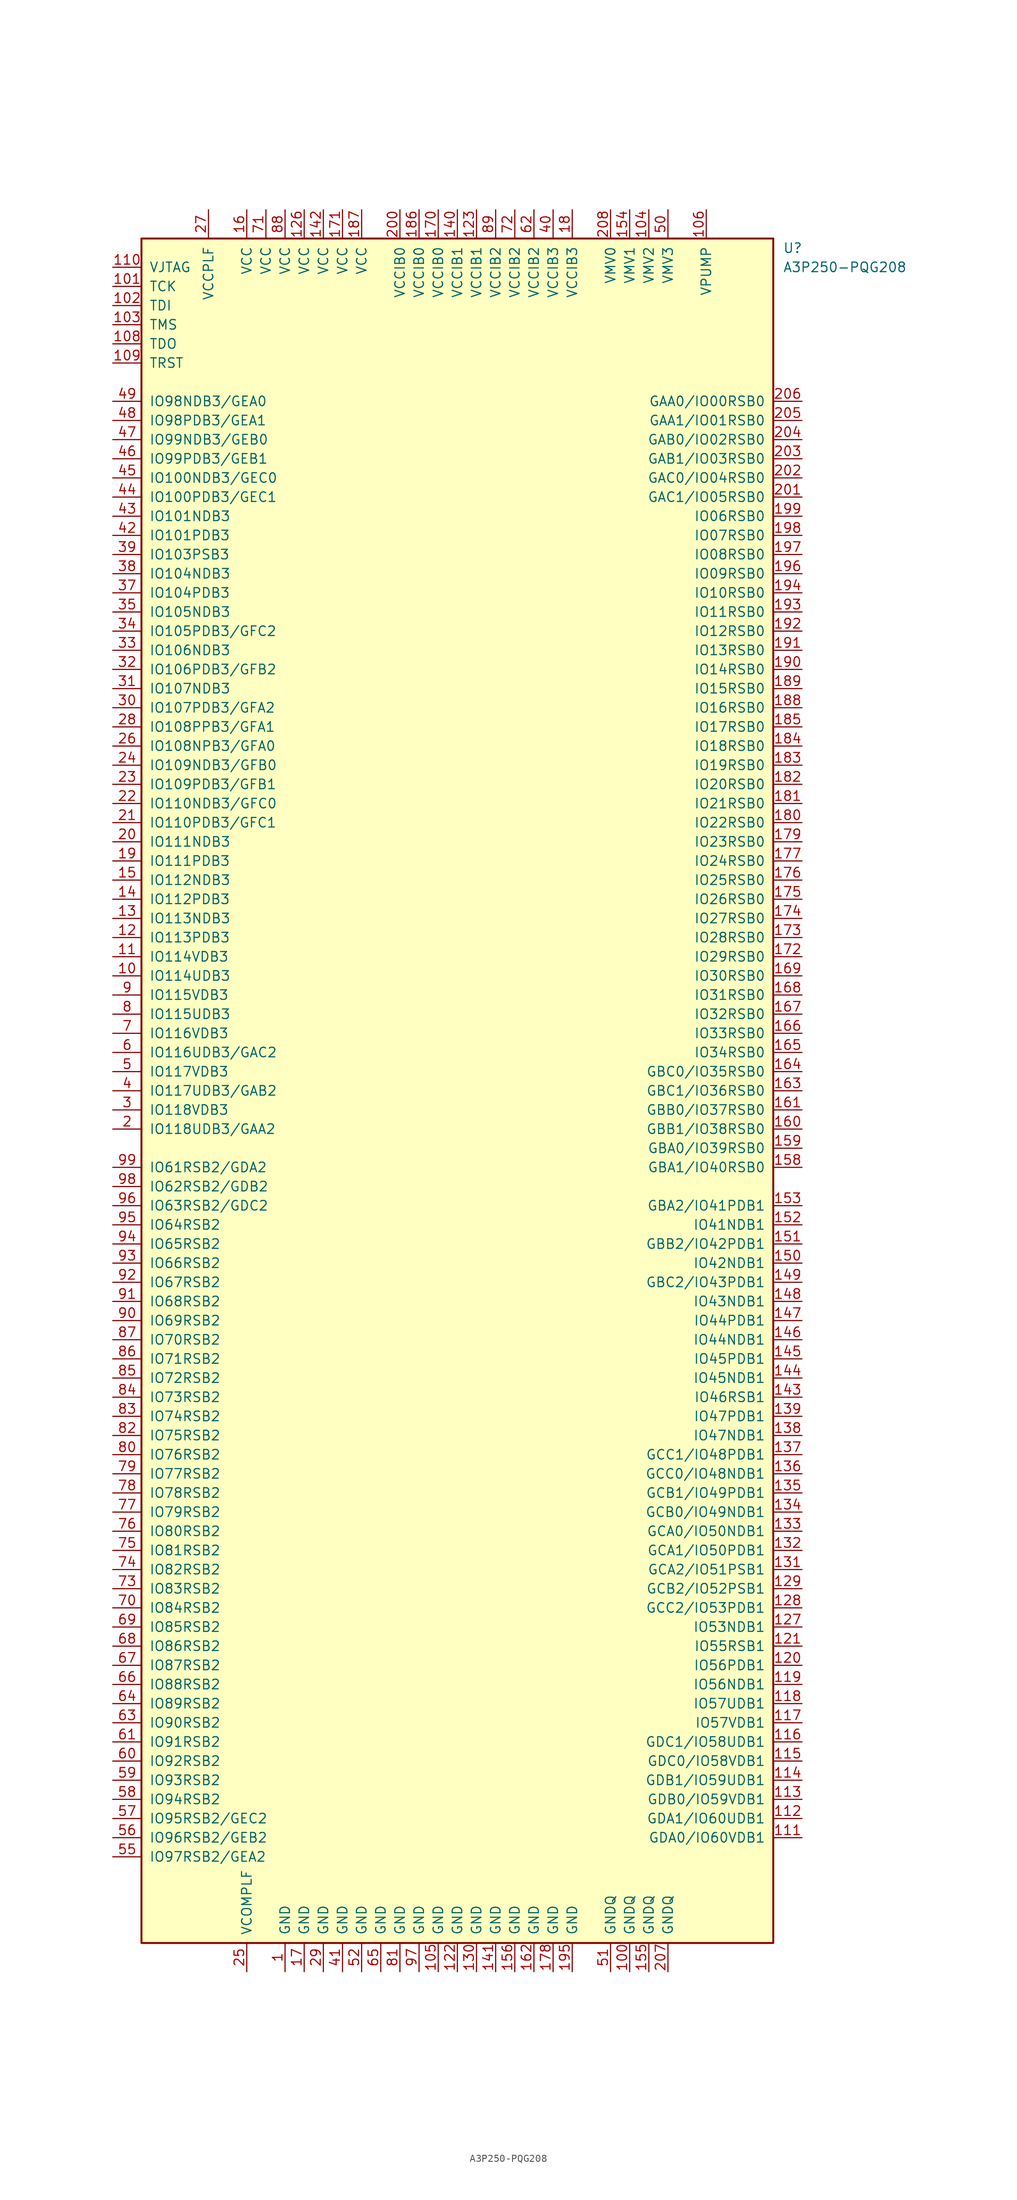
<source format=kicad_sym>
(kicad_symbol_lib
  (version 20241209)
  (generator "kicad_symbol_editor")
  (generator_version "9.0")
  (symbol "A3P250-PQG208"
    (pin_names
      (offset 1.016))
    (property "Reference" "U"
      (at 43.18 111.76 0)
      (effects (font (size 1.27 1.27)) (justify left)))
    (property "Value" "A3P250-PQG208"
      (at 43.18 109.22 0)
      (effects (font (size 1.27 1.27)) (justify left)))
    (symbol "A3P250-PQG208_1_0"
      (rectangle (start -41.91 -113.03) (end 41.91 113.03) (stroke (width 0.254) (type default)) (fill (type background))))
    (symbol "A3P250-PQG208_1_1"
      (pin power_in line (at -45.72 109.22 0) (length 3.81) (name "VJTAG" (effects (font (size 1.27 1.27)))) (number "110" (effects (font (size 1.27 1.27)))))
      (pin bidirectional line (at -45.72 106.68 0) (length 3.81) (name "TCK" (effects (font (size 1.27 1.27)))) (number "101" (effects (font (size 1.27 1.27)))))
      (pin bidirectional line (at -45.72 104.14 0) (length 3.81) (name "TDI" (effects (font (size 1.27 1.27)))) (number "102" (effects (font (size 1.27 1.27)))))
      (pin bidirectional line (at -45.72 101.6 0) (length 3.81) (name "TMS" (effects (font (size 1.27 1.27)))) (number "103" (effects (font (size 1.27 1.27)))))
      (pin bidirectional line (at -45.72 99.06 0) (length 3.81) (name "TDO" (effects (font (size 1.27 1.27)))) (number "108" (effects (font (size 1.27 1.27)))))
      (pin bidirectional line (at -45.72 96.52 0) (length 3.81) (name "TRST" (effects (font (size 1.27 1.27)))) (number "109" (effects (font (size 1.27 1.27)))))
      (pin bidirectional line (at -45.72 91.44 0) (length 3.81) (name "IO98NDB3/GEA0" (effects (font (size 1.27 1.27)))) (number "49" (effects (font (size 1.27 1.27)))))
      (pin bidirectional line (at -45.72 88.9 0) (length 3.81) (name "IO98PDB3/GEA1" (effects (font (size 1.27 1.27)))) (number "48" (effects (font (size 1.27 1.27)))))
      (pin bidirectional line (at -45.72 86.36 0) (length 3.81) (name "IO99NDB3/GEB0" (effects (font (size 1.27 1.27)))) (number "47" (effects (font (size 1.27 1.27)))))
      (pin bidirectional line (at -45.72 83.82 0) (length 3.81) (name "IO99PDB3/GEB1" (effects (font (size 1.27 1.27)))) (number "46" (effects (font (size 1.27 1.27)))))
      (pin bidirectional line (at -45.72 81.28 0) (length 3.81) (name "IO100NDB3/GEC0" (effects (font (size 1.27 1.27)))) (number "45" (effects (font (size 1.27 1.27)))))
      (pin bidirectional line (at -45.72 78.74 0) (length 3.81) (name "IO100PDB3/GEC1" (effects (font (size 1.27 1.27)))) (number "44" (effects (font (size 1.27 1.27)))))
      (pin bidirectional line (at -45.72 76.2 0) (length 3.81) (name "IO101NDB3" (effects (font (size 1.27 1.27)))) (number "43" (effects (font (size 1.27 1.27)))))
      (pin bidirectional line (at -45.72 73.66 0) (length 3.81) (name "IO101PDB3" (effects (font (size 1.27 1.27)))) (number "42" (effects (font (size 1.27 1.27)))))
      (pin bidirectional line (at -45.72 71.12 0) (length 3.81) (name "IO103PSB3" (effects (font (size 1.27 1.27)))) (number "39" (effects (font (size 1.27 1.27)))))
      (pin bidirectional line (at -45.72 68.58 0) (length 3.81) (name "IO104NDB3" (effects (font (size 1.27 1.27)))) (number "38" (effects (font (size 1.27 1.27)))))
      (pin bidirectional line (at -45.72 66.04 0) (length 3.81) (name "IO104PDB3" (effects (font (size 1.27 1.27)))) (number "37" (effects (font (size 1.27 1.27)))))
      (pin bidirectional line (at -45.72 63.5 0) (length 3.81) (name "IO105NDB3" (effects (font (size 1.27 1.27)))) (number "35" (effects (font (size 1.27 1.27)))))
      (pin bidirectional line (at -45.72 60.96 0) (length 3.81) (name "IO105PDB3/GFC2" (effects (font (size 1.27 1.27)))) (number "34" (effects (font (size 1.27 1.27)))))
      (pin bidirectional line (at -45.72 58.42 0) (length 3.81) (name "IO106NDB3" (effects (font (size 1.27 1.27)))) (number "33" (effects (font (size 1.27 1.27)))))
      (pin bidirectional line (at -45.72 55.88 0) (length 3.81) (name "IO106PDB3/GFB2" (effects (font (size 1.27 1.27)))) (number "32" (effects (font (size 1.27 1.27)))))
      (pin bidirectional line (at -45.72 53.34 0) (length 3.81) (name "IO107NDB3" (effects (font (size 1.27 1.27)))) (number "31" (effects (font (size 1.27 1.27)))))
      (pin bidirectional line (at -45.72 50.8 0) (length 3.81) (name "IO107PDB3/GFA2" (effects (font (size 1.27 1.27)))) (number "30" (effects (font (size 1.27 1.27)))))
      (pin bidirectional line (at -45.72 48.26 0) (length 3.81) (name "IO108PPB3/GFA1" (effects (font (size 1.27 1.27)))) (number "28" (effects (font (size 1.27 1.27)))))
      (pin bidirectional line (at -45.72 45.72 0) (length 3.81) (name "IO108NPB3/GFA0" (effects (font (size 1.27 1.27)))) (number "26" (effects (font (size 1.27 1.27)))))
      (pin bidirectional line (at -45.72 43.18 0) (length 3.81) (name "IO109NDB3/GFB0" (effects (font (size 1.27 1.27)))) (number "24" (effects (font (size 1.27 1.27)))))
      (pin bidirectional line (at -45.72 40.64 0) (length 3.81) (name "IO109PDB3/GFB1" (effects (font (size 1.27 1.27)))) (number "23" (effects (font (size 1.27 1.27)))))
      (pin bidirectional line (at -45.72 38.1 0) (length 3.81) (name "IO110NDB3/GFC0" (effects (font (size 1.27 1.27)))) (number "22" (effects (font (size 1.27 1.27)))))
      (pin bidirectional line (at -45.72 35.56 0) (length 3.81) (name "IO110PDB3/GFC1" (effects (font (size 1.27 1.27)))) (number "21" (effects (font (size 1.27 1.27)))))
      (pin bidirectional line (at -45.72 33.02 0) (length 3.81) (name "IO111NDB3" (effects (font (size 1.27 1.27)))) (number "20" (effects (font (size 1.27 1.27)))))
      (pin bidirectional line (at -45.72 30.48 0) (length 3.81) (name "IO111PDB3" (effects (font (size 1.27 1.27)))) (number "19" (effects (font (size 1.27 1.27)))))
      (pin bidirectional line (at -45.72 27.94 0) (length 3.81) (name "IO112NDB3" (effects (font (size 1.27 1.27)))) (number "15" (effects (font (size 1.27 1.27)))))
      (pin bidirectional line (at -45.72 25.4 0) (length 3.81) (name "IO112PDB3" (effects (font (size 1.27 1.27)))) (number "14" (effects (font (size 1.27 1.27)))))
      (pin bidirectional line (at -45.72 22.86 0) (length 3.81) (name "IO113NDB3" (effects (font (size 1.27 1.27)))) (number "13" (effects (font (size 1.27 1.27)))))
      (pin bidirectional line (at -45.72 20.32 0) (length 3.81) (name "IO113PDB3" (effects (font (size 1.27 1.27)))) (number "12" (effects (font (size 1.27 1.27)))))
      (pin bidirectional line (at -45.72 17.78 0) (length 3.81) (name "IO114VDB3" (effects (font (size 1.27 1.27)))) (number "11" (effects (font (size 1.27 1.27)))))
      (pin bidirectional line (at -45.72 15.24 0) (length 3.81) (name "IO114UDB3" (effects (font (size 1.27 1.27)))) (number "10" (effects (font (size 1.27 1.27)))))
      (pin bidirectional line (at -45.72 12.7 0) (length 3.81) (name "IO115VDB3" (effects (font (size 1.27 1.27)))) (number "9" (effects (font (size 1.27 1.27)))))
      (pin bidirectional line (at -45.72 10.16 0) (length 3.81) (name "IO115UDB3" (effects (font (size 1.27 1.27)))) (number "8" (effects (font (size 1.27 1.27)))))
      (pin bidirectional line (at -45.72 7.62 0) (length 3.81) (name "IO116VDB3" (effects (font (size 1.27 1.27)))) (number "7" (effects (font (size 1.27 1.27)))))
      (pin bidirectional line (at -45.72 5.08 0) (length 3.81) (name "IO116UDB3/GAC2" (effects (font (size 1.27 1.27)))) (number "6" (effects (font (size 1.27 1.27)))))
      (pin bidirectional line (at -45.72 2.54 0) (length 3.81) (name "IO117VDB3" (effects (font (size 1.27 1.27)))) (number "5" (effects (font (size 1.27 1.27)))))
      (pin bidirectional line (at -45.72 0 0) (length 3.81) (name "IO117UDB3/GAB2" (effects (font (size 1.27 1.27)))) (number "4" (effects (font (size 1.27 1.27)))))
      (pin bidirectional line (at -45.72 -2.54 0) (length 3.81) (name "IO118VDB3" (effects (font (size 1.27 1.27)))) (number "3" (effects (font (size 1.27 1.27)))))
      (pin bidirectional line (at -45.72 -5.08 0) (length 3.81) (name "IO118UDB3/GAA2" (effects (font (size 1.27 1.27)))) (number "2" (effects (font (size 1.27 1.27)))))
      (pin bidirectional line (at -45.72 -10.16 0) (length 3.81) (name "IO61RSB2/GDA2" (effects (font (size 1.27 1.27)))) (number "99" (effects (font (size 1.27 1.27)))))
      (pin bidirectional line (at -45.72 -12.7 0) (length 3.81) (name "IO62RSB2/GDB2" (effects (font (size 1.27 1.27)))) (number "98" (effects (font (size 1.27 1.27)))))
      (pin bidirectional line (at -45.72 -15.24 0) (length 3.81) (name "IO63RSB2/GDC2" (effects (font (size 1.27 1.27)))) (number "96" (effects (font (size 1.27 1.27)))))
      (pin bidirectional line (at -45.72 -17.78 0) (length 3.81) (name "IO64RSB2" (effects (font (size 1.27 1.27)))) (number "95" (effects (font (size 1.27 1.27)))))
      (pin bidirectional line (at -45.72 -20.32 0) (length 3.81) (name "IO65RSB2" (effects (font (size 1.27 1.27)))) (number "94" (effects (font (size 1.27 1.27)))))
      (pin bidirectional line (at -45.72 -22.86 0) (length 3.81) (name "IO66RSB2" (effects (font (size 1.27 1.27)))) (number "93" (effects (font (size 1.27 1.27)))))
      (pin bidirectional line (at -45.72 -25.4 0) (length 3.81) (name "IO67RSB2" (effects (font (size 1.27 1.27)))) (number "92" (effects (font (size 1.27 1.27)))))
      (pin bidirectional line (at -45.72 -27.94 0) (length 3.81) (name "IO68RSB2" (effects (font (size 1.27 1.27)))) (number "91" (effects (font (size 1.27 1.27)))))
      (pin bidirectional line (at -45.72 -30.48 0) (length 3.81) (name "IO69RSB2" (effects (font (size 1.27 1.27)))) (number "90" (effects (font (size 1.27 1.27)))))
      (pin bidirectional line (at -45.72 -33.02 0) (length 3.81) (name "IO70RSB2" (effects (font (size 1.27 1.27)))) (number "87" (effects (font (size 1.27 1.27)))))
      (pin bidirectional line (at -45.72 -35.56 0) (length 3.81) (name "IO71RSB2" (effects (font (size 1.27 1.27)))) (number "86" (effects (font (size 1.27 1.27)))))
      (pin bidirectional line (at -45.72 -38.1 0) (length 3.81) (name "IO72RSB2" (effects (font (size 1.27 1.27)))) (number "85" (effects (font (size 1.27 1.27)))))
      (pin bidirectional line (at -45.72 -40.64 0) (length 3.81) (name "IO73RSB2" (effects (font (size 1.27 1.27)))) (number "84" (effects (font (size 1.27 1.27)))))
      (pin bidirectional line (at -45.72 -43.18 0) (length 3.81) (name "IO74RSB2" (effects (font (size 1.27 1.27)))) (number "83" (effects (font (size 1.27 1.27)))))
      (pin bidirectional line (at -45.72 -45.72 0) (length 3.81) (name "IO75RSB2" (effects (font (size 1.27 1.27)))) (number "82" (effects (font (size 1.27 1.27)))))
      (pin bidirectional line (at -45.72 -48.26 0) (length 3.81) (name "IO76RSB2" (effects (font (size 1.27 1.27)))) (number "80" (effects (font (size 1.27 1.27)))))
      (pin bidirectional line (at -45.72 -50.8 0) (length 3.81) (name "IO77RSB2" (effects (font (size 1.27 1.27)))) (number "79" (effects (font (size 1.27 1.27)))))
      (pin bidirectional line (at -45.72 -53.34 0) (length 3.81) (name "IO78RSB2" (effects (font (size 1.27 1.27)))) (number "78" (effects (font (size 1.27 1.27)))))
      (pin bidirectional line (at -45.72 -55.88 0) (length 3.81) (name "IO79RSB2" (effects (font (size 1.27 1.27)))) (number "77" (effects (font (size 1.27 1.27)))))
      (pin bidirectional line (at -45.72 -58.42 0) (length 3.81) (name "IO80RSB2" (effects (font (size 1.27 1.27)))) (number "76" (effects (font (size 1.27 1.27)))))
      (pin bidirectional line (at -45.72 -60.96 0) (length 3.81) (name "IO81RSB2" (effects (font (size 1.27 1.27)))) (number "75" (effects (font (size 1.27 1.27)))))
      (pin bidirectional line (at -45.72 -63.5 0) (length 3.81) (name "IO82RSB2" (effects (font (size 1.27 1.27)))) (number "74" (effects (font (size 1.27 1.27)))))
      (pin bidirectional line (at -45.72 -66.04 0) (length 3.81) (name "IO83RSB2" (effects (font (size 1.27 1.27)))) (number "73" (effects (font (size 1.27 1.27)))))
      (pin bidirectional line (at -45.72 -68.58 0) (length 3.81) (name "IO84RSB2" (effects (font (size 1.27 1.27)))) (number "70" (effects (font (size 1.27 1.27)))))
      (pin bidirectional line (at -45.72 -71.12 0) (length 3.81) (name "IO85RSB2" (effects (font (size 1.27 1.27)))) (number "69" (effects (font (size 1.27 1.27)))))
      (pin bidirectional line (at -45.72 -73.66 0) (length 3.81) (name "IO86RSB2" (effects (font (size 1.27 1.27)))) (number "68" (effects (font (size 1.27 1.27)))))
      (pin bidirectional line (at -45.72 -76.2 0) (length 3.81) (name "IO87RSB2" (effects (font (size 1.27 1.27)))) (number "67" (effects (font (size 1.27 1.27)))))
      (pin bidirectional line (at -45.72 -78.74 0) (length 3.81) (name "IO88RSB2" (effects (font (size 1.27 1.27)))) (number "66" (effects (font (size 1.27 1.27)))))
      (pin bidirectional line (at -45.72 -81.28 0) (length 3.81) (name "IO89RSB2" (effects (font (size 1.27 1.27)))) (number "64" (effects (font (size 1.27 1.27)))))
      (pin bidirectional line (at -45.72 -83.82 0) (length 3.81) (name "IO90RSB2" (effects (font (size 1.27 1.27)))) (number "63" (effects (font (size 1.27 1.27)))))
      (pin bidirectional line (at -45.72 -86.36 0) (length 3.81) (name "IO91RSB2" (effects (font (size 1.27 1.27)))) (number "61" (effects (font (size 1.27 1.27)))))
      (pin bidirectional line (at -45.72 -88.9 0) (length 3.81) (name "IO92RSB2" (effects (font (size 1.27 1.27)))) (number "60" (effects (font (size 1.27 1.27)))))
      (pin bidirectional line (at -45.72 -91.44 0) (length 3.81) (name "IO93RSB2" (effects (font (size 1.27 1.27)))) (number "59" (effects (font (size 1.27 1.27)))))
      (pin bidirectional line (at -45.72 -93.98 0) (length 3.81) (name "IO94RSB2" (effects (font (size 1.27 1.27)))) (number "58" (effects (font (size 1.27 1.27)))))
      (pin bidirectional line (at -45.72 -96.52 0) (length 3.81) (name "IO95RSB2/GEC2" (effects (font (size 1.27 1.27)))) (number "57" (effects (font (size 1.27 1.27)))))
      (pin bidirectional line (at -45.72 -99.06 0) (length 3.81) (name "IO96RSB2/GEB2" (effects (font (size 1.27 1.27)))) (number "56" (effects (font (size 1.27 1.27)))))
      (pin bidirectional line (at -45.72 -101.6 0) (length 3.81) (name "IO97RSB2/GEA2" (effects (font (size 1.27 1.27)))) (number "55" (effects (font (size 1.27 1.27)))))
      (pin power_in line (at -33.02 116.84 270) (length 3.81) (name "VCCPLF" (effects (font (size 1.27 1.27)))) (number "27" (effects (font (size 1.27 1.27)))))
      (pin power_in line (at -27.94 116.84 270) (length 3.81) (name "VCC" (effects (font (size 1.27 1.27)))) (number "16" (effects (font (size 1.27 1.27)))))
      (pin power_in line (at -27.94 -116.84 90) (length 3.81) (name "VCOMPLF" (effects (font (size 1.27 1.27)))) (number "25" (effects (font (size 1.27 1.27)))))
      (pin power_in line (at -25.4 116.84 270) (length 3.81) (name "VCC" (effects (font (size 1.27 1.27)))) (number "71" (effects (font (size 1.27 1.27)))))
      (pin power_in line (at -22.86 116.84 270) (length 3.81) (name "VCC" (effects (font (size 1.27 1.27)))) (number "88" (effects (font (size 1.27 1.27)))))
      (pin power_in line (at -22.86 -116.84 90) (length 3.81) (name "GND" (effects (font (size 1.27 1.27)))) (number "1" (effects (font (size 1.27 1.27)))))
      (pin power_in line (at -20.32 116.84 270) (length 3.81) (name "VCC" (effects (font (size 1.27 1.27)))) (number "126" (effects (font (size 1.27 1.27)))))
      (pin power_in line (at -20.32 -116.84 90) (length 3.81) (name "GND" (effects (font (size 1.27 1.27)))) (number "17" (effects (font (size 1.27 1.27)))))
      (pin power_in line (at -17.78 116.84 270) (length 3.81) (name "VCC" (effects (font (size 1.27 1.27)))) (number "142" (effects (font (size 1.27 1.27)))))
      (pin power_in line (at -17.78 -116.84 90) (length 3.81) (name "GND" (effects (font (size 1.27 1.27)))) (number "29" (effects (font (size 1.27 1.27)))))
      (pin power_in line (at -15.24 116.84 270) (length 3.81) (name "VCC" (effects (font (size 1.27 1.27)))) (number "171" (effects (font (size 1.27 1.27)))))
      (pin power_in line (at -15.24 -116.84 90) (length 3.81) (name "GND" (effects (font (size 1.27 1.27)))) (number "41" (effects (font (size 1.27 1.27)))))
      (pin power_in line (at -12.7 116.84 270) (length 3.81) (name "VCC" (effects (font (size 1.27 1.27)))) (number "187" (effects (font (size 1.27 1.27)))))
      (pin power_in line (at -12.7 -116.84 90) (length 3.81) (name "GND" (effects (font (size 1.27 1.27)))) (number "52" (effects (font (size 1.27 1.27)))))
      (pin power_in line (at -10.16 -116.84 90) (length 3.81) (name "GND" (effects (font (size 1.27 1.27)))) (number "65" (effects (font (size 1.27 1.27)))))
      (pin power_in line (at -7.62 116.84 270) (length 3.81) (name "VCCIB0" (effects (font (size 1.27 1.27)))) (number "200" (effects (font (size 1.27 1.27)))))
      (pin power_in line (at -7.62 -116.84 90) (length 3.81) (name "GND" (effects (font (size 1.27 1.27)))) (number "81" (effects (font (size 1.27 1.27)))))
      (pin power_in line (at -5.08 116.84 270) (length 3.81) (name "VCCIB0" (effects (font (size 1.27 1.27)))) (number "186" (effects (font (size 1.27 1.27)))))
      (pin power_in line (at -5.08 -116.84 90) (length 3.81) (name "GND" (effects (font (size 1.27 1.27)))) (number "97" (effects (font (size 1.27 1.27)))))
      (pin power_in line (at -2.54 116.84 270) (length 3.81) (name "VCCIB0" (effects (font (size 1.27 1.27)))) (number "170" (effects (font (size 1.27 1.27)))))
      (pin power_in line (at -2.54 -116.84 90) (length 3.81) (name "GND" (effects (font (size 1.27 1.27)))) (number "105" (effects (font (size 1.27 1.27)))))
      (pin power_in line (at 0 116.84 270) (length 3.81) (name "VCCIB1" (effects (font (size 1.27 1.27)))) (number "140" (effects (font (size 1.27 1.27)))))
      (pin power_in line (at 0 -116.84 90) (length 3.81) (name "GND" (effects (font (size 1.27 1.27)))) (number "122" (effects (font (size 1.27 1.27)))))
      (pin power_in line (at 2.54 116.84 270) (length 3.81) (name "VCCIB1" (effects (font (size 1.27 1.27)))) (number "123" (effects (font (size 1.27 1.27)))))
      (pin power_in line (at 2.54 -116.84 90) (length 3.81) (name "GND" (effects (font (size 1.27 1.27)))) (number "130" (effects (font (size 1.27 1.27)))))
      (pin power_in line (at 5.08 116.84 270) (length 3.81) (name "VCCIB2" (effects (font (size 1.27 1.27)))) (number "89" (effects (font (size 1.27 1.27)))))
      (pin power_in line (at 5.08 -116.84 90) (length 3.81) (name "GND" (effects (font (size 1.27 1.27)))) (number "141" (effects (font (size 1.27 1.27)))))
      (pin power_in line (at 7.62 116.84 270) (length 3.81) (name "VCCIB2" (effects (font (size 1.27 1.27)))) (number "72" (effects (font (size 1.27 1.27)))))
      (pin power_in line (at 7.62 -116.84 90) (length 3.81) (name "GND" (effects (font (size 1.27 1.27)))) (number "156" (effects (font (size 1.27 1.27)))))
      (pin power_in line (at 10.16 116.84 270) (length 3.81) (name "VCCIB2" (effects (font (size 1.27 1.27)))) (number "62" (effects (font (size 1.27 1.27)))))
      (pin power_in line (at 10.16 -116.84 90) (length 3.81) (name "GND" (effects (font (size 1.27 1.27)))) (number "162" (effects (font (size 1.27 1.27)))))
      (pin power_in line (at 12.7 116.84 270) (length 3.81) (name "VCCIB3" (effects (font (size 1.27 1.27)))) (number "40" (effects (font (size 1.27 1.27)))))
      (pin power_in line (at 12.7 -116.84 90) (length 3.81) (name "GND" (effects (font (size 1.27 1.27)))) (number "178" (effects (font (size 1.27 1.27)))))
      (pin power_in line (at 15.24 116.84 270) (length 3.81) (name "VCCIB3" (effects (font (size 1.27 1.27)))) (number "18" (effects (font (size 1.27 1.27)))))
      (pin power_in line (at 15.24 -116.84 90) (length 3.81) (name "GND" (effects (font (size 1.27 1.27)))) (number "195" (effects (font (size 1.27 1.27)))))
      (pin power_in line (at 20.32 116.84 270) (length 3.81) (name "VMV0" (effects (font (size 1.27 1.27)))) (number "208" (effects (font (size 1.27 1.27)))))
      (pin power_in line (at 20.32 -116.84 90) (length 3.81) (name "GNDQ" (effects (font (size 1.27 1.27)))) (number "51" (effects (font (size 1.27 1.27)))))
      (pin power_in line (at 22.86 116.84 270) (length 3.81) (name "VMV1" (effects (font (size 1.27 1.27)))) (number "154" (effects (font (size 1.27 1.27)))))
      (pin power_in line (at 22.86 -116.84 90) (length 3.81) (name "GNDQ" (effects (font (size 1.27 1.27)))) (number "100" (effects (font (size 1.27 1.27)))))
      (pin power_in line (at 25.4 116.84 270) (length 3.81) (name "VMV2" (effects (font (size 1.27 1.27)))) (number "104" (effects (font (size 1.27 1.27)))))
      (pin power_in line (at 25.4 -116.84 90) (length 3.81) (name "GNDQ" (effects (font (size 1.27 1.27)))) (number "155" (effects (font (size 1.27 1.27)))))
      (pin power_in line (at 27.94 116.84 270) (length 3.81) (name "VMV3" (effects (font (size 1.27 1.27)))) (number "50" (effects (font (size 1.27 1.27)))))
      (pin power_in line (at 27.94 -116.84 90) (length 3.81) (name "GNDQ" (effects (font (size 1.27 1.27)))) (number "207" (effects (font (size 1.27 1.27)))))
      (pin power_in line (at 33.02 116.84 270) (length 3.81) (name "VPUMP" (effects (font (size 1.27 1.27)))) (number "106" (effects (font (size 1.27 1.27)))))
      (pin bidirectional line (at 45.72 91.44 180) (length 3.81) (name "GAA0/IO00RSB0" (effects (font (size 1.27 1.27)))) (number "206" (effects (font (size 1.27 1.27)))))
      (pin bidirectional line (at 45.72 88.9 180) (length 3.81) (name "GAA1/IO01RSB0" (effects (font (size 1.27 1.27)))) (number "205" (effects (font (size 1.27 1.27)))))
      (pin bidirectional line (at 45.72 86.36 180) (length 3.81) (name "GAB0/IO02RSB0" (effects (font (size 1.27 1.27)))) (number "204" (effects (font (size 1.27 1.27)))))
      (pin bidirectional line (at 45.72 83.82 180) (length 3.81) (name "GAB1/IO03RSB0" (effects (font (size 1.27 1.27)))) (number "203" (effects (font (size 1.27 1.27)))))
      (pin bidirectional line (at 45.72 81.28 180) (length 3.81) (name "GAC0/IO04RSB0" (effects (font (size 1.27 1.27)))) (number "202" (effects (font (size 1.27 1.27)))))
      (pin bidirectional line (at 45.72 78.74 180) (length 3.81) (name "GAC1/IO05RSB0" (effects (font (size 1.27 1.27)))) (number "201" (effects (font (size 1.27 1.27)))))
      (pin bidirectional line (at 45.72 76.2 180) (length 3.81) (name "IO06RSB0" (effects (font (size 1.27 1.27)))) (number "199" (effects (font (size 1.27 1.27)))))
      (pin bidirectional line (at 45.72 73.66 180) (length 3.81) (name "IO07RSB0" (effects (font (size 1.27 1.27)))) (number "198" (effects (font (size 1.27 1.27)))))
      (pin bidirectional line (at 45.72 71.12 180) (length 3.81) (name "IO08RSB0" (effects (font (size 1.27 1.27)))) (number "197" (effects (font (size 1.27 1.27)))))
      (pin bidirectional line (at 45.72 68.58 180) (length 3.81) (name "IO09RSB0" (effects (font (size 1.27 1.27)))) (number "196" (effects (font (size 1.27 1.27)))))
      (pin bidirectional line (at 45.72 66.04 180) (length 3.81) (name "IO10RSB0" (effects (font (size 1.27 1.27)))) (number "194" (effects (font (size 1.27 1.27)))))
      (pin bidirectional line (at 45.72 63.5 180) (length 3.81) (name "IO11RSB0" (effects (font (size 1.27 1.27)))) (number "193" (effects (font (size 1.27 1.27)))))
      (pin bidirectional line (at 45.72 60.96 180) (length 3.81) (name "IO12RSB0" (effects (font (size 1.27 1.27)))) (number "192" (effects (font (size 1.27 1.27)))))
      (pin bidirectional line (at 45.72 58.42 180) (length 3.81) (name "IO13RSB0" (effects (font (size 1.27 1.27)))) (number "191" (effects (font (size 1.27 1.27)))))
      (pin bidirectional line (at 45.72 55.88 180) (length 3.81) (name "IO14RSB0" (effects (font (size 1.27 1.27)))) (number "190" (effects (font (size 1.27 1.27)))))
      (pin bidirectional line (at 45.72 53.34 180) (length 3.81) (name "IO15RSB0" (effects (font (size 1.27 1.27)))) (number "189" (effects (font (size 1.27 1.27)))))
      (pin bidirectional line (at 45.72 50.8 180) (length 3.81) (name "IO16RSB0" (effects (font (size 1.27 1.27)))) (number "188" (effects (font (size 1.27 1.27)))))
      (pin bidirectional line (at 45.72 48.26 180) (length 3.81) (name "IO17RSB0" (effects (font (size 1.27 1.27)))) (number "185" (effects (font (size 1.27 1.27)))))
      (pin bidirectional line (at 45.72 45.72 180) (length 3.81) (name "IO18RSB0" (effects (font (size 1.27 1.27)))) (number "184" (effects (font (size 1.27 1.27)))))
      (pin bidirectional line (at 45.72 43.18 180) (length 3.81) (name "IO19RSB0" (effects (font (size 1.27 1.27)))) (number "183" (effects (font (size 1.27 1.27)))))
      (pin bidirectional line (at 45.72 40.64 180) (length 3.81) (name "IO20RSB0" (effects (font (size 1.27 1.27)))) (number "182" (effects (font (size 1.27 1.27)))))
      (pin bidirectional line (at 45.72 38.1 180) (length 3.81) (name "IO21RSB0" (effects (font (size 1.27 1.27)))) (number "181" (effects (font (size 1.27 1.27)))))
      (pin bidirectional line (at 45.72 35.56 180) (length 3.81) (name "IO22RSB0" (effects (font (size 1.27 1.27)))) (number "180" (effects (font (size 1.27 1.27)))))
      (pin bidirectional line (at 45.72 33.02 180) (length 3.81) (name "IO23RSB0" (effects (font (size 1.27 1.27)))) (number "179" (effects (font (size 1.27 1.27)))))
      (pin bidirectional line (at 45.72 30.48 180) (length 3.81) (name "IO24RSB0" (effects (font (size 1.27 1.27)))) (number "177" (effects (font (size 1.27 1.27)))))
      (pin bidirectional line (at 45.72 27.94 180) (length 3.81) (name "IO25RSB0" (effects (font (size 1.27 1.27)))) (number "176" (effects (font (size 1.27 1.27)))))
      (pin bidirectional line (at 45.72 25.4 180) (length 3.81) (name "IO26RSB0" (effects (font (size 1.27 1.27)))) (number "175" (effects (font (size 1.27 1.27)))))
      (pin bidirectional line (at 45.72 22.86 180) (length 3.81) (name "IO27RSB0" (effects (font (size 1.27 1.27)))) (number "174" (effects (font (size 1.27 1.27)))))
      (pin bidirectional line (at 45.72 20.32 180) (length 3.81) (name "IO28RSB0" (effects (font (size 1.27 1.27)))) (number "173" (effects (font (size 1.27 1.27)))))
      (pin bidirectional line (at 45.72 17.78 180) (length 3.81) (name "IO29RSB0" (effects (font (size 1.27 1.27)))) (number "172" (effects (font (size 1.27 1.27)))))
      (pin bidirectional line (at 45.72 15.24 180) (length 3.81) (name "IO30RSB0" (effects (font (size 1.27 1.27)))) (number "169" (effects (font (size 1.27 1.27)))))
      (pin bidirectional line (at 45.72 12.7 180) (length 3.81) (name "IO31RSB0" (effects (font (size 1.27 1.27)))) (number "168" (effects (font (size 1.27 1.27)))))
      (pin bidirectional line (at 45.72 10.16 180) (length 3.81) (name "IO32RSB0" (effects (font (size 1.27 1.27)))) (number "167" (effects (font (size 1.27 1.27)))))
      (pin bidirectional line (at 45.72 7.62 180) (length 3.81) (name "IO33RSB0" (effects (font (size 1.27 1.27)))) (number "166" (effects (font (size 1.27 1.27)))))
      (pin bidirectional line (at 45.72 5.08 180) (length 3.81) (name "IO34RSB0" (effects (font (size 1.27 1.27)))) (number "165" (effects (font (size 1.27 1.27)))))
      (pin bidirectional line (at 45.72 2.54 180) (length 3.81) (name "GBC0/IO35RSB0" (effects (font (size 1.27 1.27)))) (number "164" (effects (font (size 1.27 1.27)))))
      (pin bidirectional line (at 45.72 0 180) (length 3.81) (name "GBC1/IO36RSB0" (effects (font (size 1.27 1.27)))) (number "163" (effects (font (size 1.27 1.27)))))
      (pin bidirectional line (at 45.72 -2.54 180) (length 3.81) (name "GBB0/IO37RSB0" (effects (font (size 1.27 1.27)))) (number "161" (effects (font (size 1.27 1.27)))))
      (pin bidirectional line (at 45.72 -5.08 180) (length 3.81) (name "GBB1/IO38RSB0" (effects (font (size 1.27 1.27)))) (number "160" (effects (font (size 1.27 1.27)))))
      (pin bidirectional line (at 45.72 -7.62 180) (length 3.81) (name "GBA0/IO39RSB0" (effects (font (size 1.27 1.27)))) (number "159" (effects (font (size 1.27 1.27)))))
      (pin bidirectional line (at 45.72 -10.16 180) (length 3.81) (name "GBA1/IO40RSB0" (effects (font (size 1.27 1.27)))) (number "158" (effects (font (size 1.27 1.27)))))
      (pin bidirectional line (at 45.72 -15.24 180) (length 3.81) (name "GBA2/IO41PDB1" (effects (font (size 1.27 1.27)))) (number "153" (effects (font (size 1.27 1.27)))))
      (pin bidirectional line (at 45.72 -17.78 180) (length 3.81) (name "IO41NDB1" (effects (font (size 1.27 1.27)))) (number "152" (effects (font (size 1.27 1.27)))))
      (pin bidirectional line (at 45.72 -20.32 180) (length 3.81) (name "GBB2/IO42PDB1" (effects (font (size 1.27 1.27)))) (number "151" (effects (font (size 1.27 1.27)))))
      (pin bidirectional line (at 45.72 -22.86 180) (length 3.81) (name "IO42NDB1" (effects (font (size 1.27 1.27)))) (number "150" (effects (font (size 1.27 1.27)))))
      (pin bidirectional line (at 45.72 -25.4 180) (length 3.81) (name "GBC2/IO43PDB1" (effects (font (size 1.27 1.27)))) (number "149" (effects (font (size 1.27 1.27)))))
      (pin bidirectional line (at 45.72 -27.94 180) (length 3.81) (name "IO43NDB1" (effects (font (size 1.27 1.27)))) (number "148" (effects (font (size 1.27 1.27)))))
      (pin bidirectional line (at 45.72 -30.48 180) (length 3.81) (name "IO44PDB1" (effects (font (size 1.27 1.27)))) (number "147" (effects (font (size 1.27 1.27)))))
      (pin bidirectional line (at 45.72 -33.02 180) (length 3.81) (name "IO44NDB1" (effects (font (size 1.27 1.27)))) (number "146" (effects (font (size 1.27 1.27)))))
      (pin bidirectional line (at 45.72 -35.56 180) (length 3.81) (name "IO45PDB1" (effects (font (size 1.27 1.27)))) (number "145" (effects (font (size 1.27 1.27)))))
      (pin bidirectional line (at 45.72 -38.1 180) (length 3.81) (name "IO45NDB1" (effects (font (size 1.27 1.27)))) (number "144" (effects (font (size 1.27 1.27)))))
      (pin bidirectional line (at 45.72 -40.64 180) (length 3.81) (name "IO46RSB1" (effects (font (size 1.27 1.27)))) (number "143" (effects (font (size 1.27 1.27)))))
      (pin bidirectional line (at 45.72 -43.18 180) (length 3.81) (name "IO47PDB1" (effects (font (size 1.27 1.27)))) (number "139" (effects (font (size 1.27 1.27)))))
      (pin bidirectional line (at 45.72 -45.72 180) (length 3.81) (name "IO47NDB1" (effects (font (size 1.27 1.27)))) (number "138" (effects (font (size 1.27 1.27)))))
      (pin bidirectional line (at 45.72 -48.26 180) (length 3.81) (name "GCC1/IO48PDB1" (effects (font (size 1.27 1.27)))) (number "137" (effects (font (size 1.27 1.27)))))
      (pin bidirectional line (at 45.72 -50.8 180) (length 3.81) (name "GCC0/IO48NDB1" (effects (font (size 1.27 1.27)))) (number "136" (effects (font (size 1.27 1.27)))))
      (pin bidirectional line (at 45.72 -53.34 180) (length 3.81) (name "GCB1/IO49PDB1" (effects (font (size 1.27 1.27)))) (number "135" (effects (font (size 1.27 1.27)))))
      (pin bidirectional line (at 45.72 -55.88 180) (length 3.81) (name "GCB0/IO49NDB1" (effects (font (size 1.27 1.27)))) (number "134" (effects (font (size 1.27 1.27)))))
      (pin bidirectional line (at 45.72 -58.42 180) (length 3.81) (name "GCA0/IO50NDB1" (effects (font (size 1.27 1.27)))) (number "133" (effects (font (size 1.27 1.27)))))
      (pin bidirectional line (at 45.72 -60.96 180) (length 3.81) (name "GCA1/IO50PDB1" (effects (font (size 1.27 1.27)))) (number "132" (effects (font (size 1.27 1.27)))))
      (pin bidirectional line (at 45.72 -63.5 180) (length 3.81) (name "GCA2/IO51PSB1" (effects (font (size 1.27 1.27)))) (number "131" (effects (font (size 1.27 1.27)))))
      (pin bidirectional line (at 45.72 -66.04 180) (length 3.81) (name "GCB2/IO52PSB1" (effects (font (size 1.27 1.27)))) (number "129" (effects (font (size 1.27 1.27)))))
      (pin bidirectional line (at 45.72 -68.58 180) (length 3.81) (name "GCC2/IO53PDB1" (effects (font (size 1.27 1.27)))) (number "128" (effects (font (size 1.27 1.27)))))
      (pin bidirectional line (at 45.72 -71.12 180) (length 3.81) (name "IO53NDB1" (effects (font (size 1.27 1.27)))) (number "127" (effects (font (size 1.27 1.27)))))
      (pin bidirectional line (at 45.72 -73.66 180) (length 3.81) (name "IO55RSB1" (effects (font (size 1.27 1.27)))) (number "121" (effects (font (size 1.27 1.27)))))
      (pin bidirectional line (at 45.72 -76.2 180) (length 3.81) (name "IO56PDB1" (effects (font (size 1.27 1.27)))) (number "120" (effects (font (size 1.27 1.27)))))
      (pin bidirectional line (at 45.72 -78.74 180) (length 3.81) (name "IO56NDB1" (effects (font (size 1.27 1.27)))) (number "119" (effects (font (size 1.27 1.27)))))
      (pin bidirectional line (at 45.72 -81.28 180) (length 3.81) (name "IO57UDB1" (effects (font (size 1.27 1.27)))) (number "118" (effects (font (size 1.27 1.27)))))
      (pin bidirectional line (at 45.72 -83.82 180) (length 3.81) (name "IO57VDB1" (effects (font (size 1.27 1.27)))) (number "117" (effects (font (size 1.27 1.27)))))
      (pin bidirectional line (at 45.72 -86.36 180) (length 3.81) (name "GDC1/IO58UDB1" (effects (font (size 1.27 1.27)))) (number "116" (effects (font (size 1.27 1.27)))))
      (pin bidirectional line (at 45.72 -88.9 180) (length 3.81) (name "GDC0/IO58VDB1" (effects (font (size 1.27 1.27)))) (number "115" (effects (font (size 1.27 1.27)))))
      (pin bidirectional line (at 45.72 -91.44 180) (length 3.81) (name "GDB1/IO59UDB1" (effects (font (size 1.27 1.27)))) (number "114" (effects (font (size 1.27 1.27)))))
      (pin bidirectional line (at 45.72 -93.98 180) (length 3.81) (name "GDB0/IO59VDB1" (effects (font (size 1.27 1.27)))) (number "113" (effects (font (size 1.27 1.27)))))
      (pin bidirectional line (at 45.72 -96.52 180) (length 3.81) (name "GDA1/IO60UDB1" (effects (font (size 1.27 1.27)))) (number "112" (effects (font (size 1.27 1.27)))))
      (pin bidirectional line (at 45.72 -99.06 180) (length 3.81) (name "GDA0/IO60VDB1" (effects (font (size 1.27 1.27)))) (number "111" (effects (font (size 1.27 1.27))))))))
</source>
